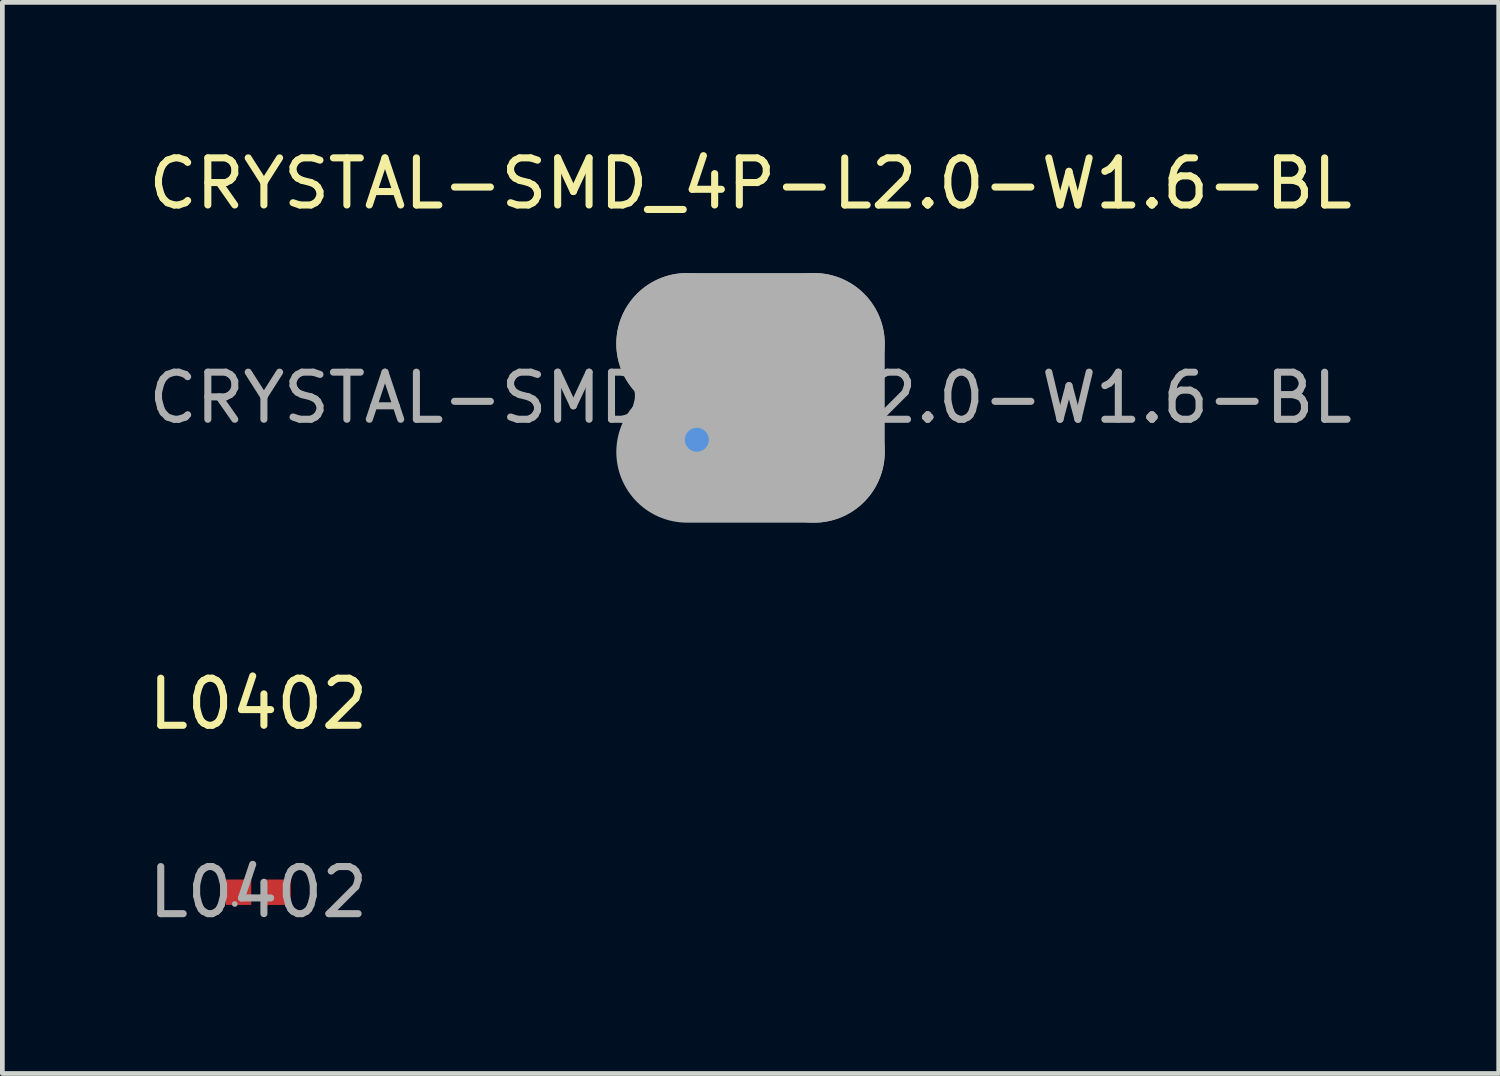
<source format=kicad_pcb>
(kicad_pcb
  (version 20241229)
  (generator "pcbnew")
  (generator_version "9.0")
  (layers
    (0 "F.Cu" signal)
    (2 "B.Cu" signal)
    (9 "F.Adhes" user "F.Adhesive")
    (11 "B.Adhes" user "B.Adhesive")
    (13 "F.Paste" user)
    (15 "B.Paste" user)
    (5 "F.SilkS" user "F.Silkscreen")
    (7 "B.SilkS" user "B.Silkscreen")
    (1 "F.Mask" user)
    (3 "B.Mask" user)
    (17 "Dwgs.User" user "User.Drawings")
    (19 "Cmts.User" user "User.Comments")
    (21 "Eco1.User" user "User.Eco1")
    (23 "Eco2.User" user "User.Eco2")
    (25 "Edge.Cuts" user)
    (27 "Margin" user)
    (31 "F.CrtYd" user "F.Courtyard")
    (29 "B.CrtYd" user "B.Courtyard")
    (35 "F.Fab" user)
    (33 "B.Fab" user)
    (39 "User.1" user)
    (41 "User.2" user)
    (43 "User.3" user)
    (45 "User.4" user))
  (footprint "CRYSTAL-SMD_4P-L2.0-W1.6-BL"
    (layer "F.Cu")
    (at 12.887 5.398)
    (property "Reference" "CRYSTAL-SMD_4P-L2.0-W1.6-BL" (at 0 -4.55 0) (layer "F.SilkS") (effects (font (size 1 1) (thickness 0.15))))
    (attr smd)
    (fp_circle (center -1.14 0.89) (end -1.01 0.89) (stroke (width 0.25) (type solid)) (fill no) (layer "Cmts.User"))
    (fp_line (start -1.35 -1.15) (end -1.35 -1.15) (stroke (width 3) (type solid)) (layer "F.Fab"))
    (fp_line (start -1.35 -1.15) (end 1.35 -1.15) (stroke (width 3) (type solid)) (layer "F.Fab"))
    (fp_line (start 1.35 -1.15) (end 1.35 1.15) (stroke (width 3) (type solid)) (layer "F.Fab"))
    (fp_line (start 1.35 1.15) (end -1.35 1.15) (stroke (width 3) (type solid)) (layer "F.Fab"))
    (fp_circle (center -1 0.8) (end -0.97 0.8) (stroke (width 0.06) (type solid)) (fill no) (layer "F.Fab"))
    (fp_text user "${REFERENCE}" (at 0 0 0) (layer "F.Fab") (effects (font (size 1 1) (thickness 0.15))))
    (pad "1" smd rect (at -0.7 0.55) (size 0.9 0.8) (layers "F.Cu" "F.Mask" "F.Paste"))
    (pad "2" smd rect (at 0.7 0.55) (size 0.9 0.8) (layers "F.Cu" "F.Mask" "F.Paste"))
    (pad "3" smd rect (at 0.7 -0.55) (size 0.9 0.8) (layers "F.Cu" "F.Mask" "F.Paste"))
    (pad "4" smd rect (at -0.7 -0.55) (size 0.9 0.8) (layers "F.Cu" "F.Mask" "F.Paste")))
  (footprint "L0402"
    (layer "F.Cu")
    (at 2.435 15.896)
    (property "Reference" "L0402" (at 0 -4 0) (layer "F.SilkS") (effects (font (size 1 1) (thickness 0.15))))
    (attr smd)
    (fp_circle (center -0.5 0.25) (end -0.47 0.25) (stroke (width 0.06) (type solid)) (fill no) (layer "F.Fab"))
    (fp_text user "${REFERENCE}" (at 0 0 0) (layer "F.Fab") (effects (font (size 1 1) (thickness 0.15))))
    (pad "1" smd rect (at -0.42 0) (size 0.54 0.54) (layers "F.Cu" "F.Mask" "F.Paste"))
    (pad "2" smd rect (at 0.42 0) (size 0.54 0.54) (layers "F.Cu" "F.Mask" "F.Paste")))
  (gr_rect
    (start -3 -3)
    (end 28.774 19.745)
    (stroke (width 0.1) (type default))
    (fill no)
    (layer "Edge.Cuts")))
</source>
